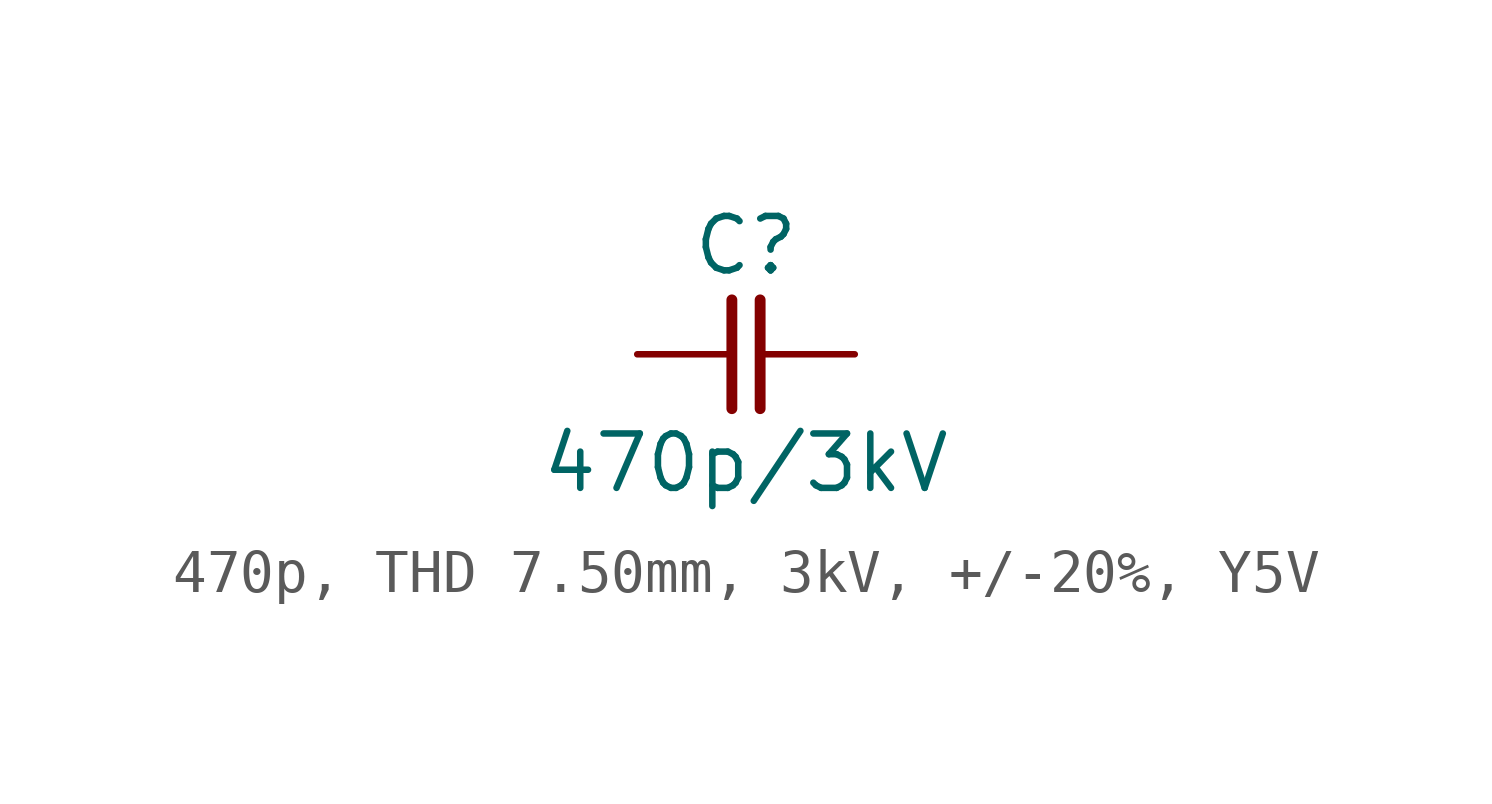
<source format=kicad_sym>
(kicad_symbol_lib
  (version 20241209)
  (generator "kicad_symbol_editor")
  (generator_version "9.0")
  (symbol "470p, THD 7.50mm, 3kV, +/-20%, Y5V"
    (pin_numbers
      (hide yes))
    (pin_names
      (offset 0)
      (hide yes))
    (property "Reference" "C"
      (at 0 2.54 0)
      (effects (font (size 1.27 1.27))))
    (property "Value" "470p/3kV"
      (at 0 -2.54 0)
      (effects (font (size 1.27 1.27))))
    (symbol "470p, THD 7.50mm, 3kV, +/-20%, Y5V_0_1"
      (polyline (pts (xy -0.33 1.27) (xy -0.33 -1.27)) (stroke (width 0.254) (type default)) (fill (type none)))
      (polyline (pts (xy 0.33 1.27) (xy 0.33 -1.27)) (stroke (width 0.254) (type default)) (fill (type none))))
    (symbol "470p, THD 7.50mm, 3kV, +/-20%, Y5V_1_1"
      (pin passive line (at -2.54 0 0) (length 2.21) (name "1" (effects (font (size 1.27 1.27)))) (number "1" (effects (font (size 1.27 1.27)))))
      (pin passive line (at 2.54 0 180) (length 2.21) (name "2" (effects (font (size 1.27 1.27)))) (number "2" (effects (font (size 1.27 1.27))))))))
</source>
